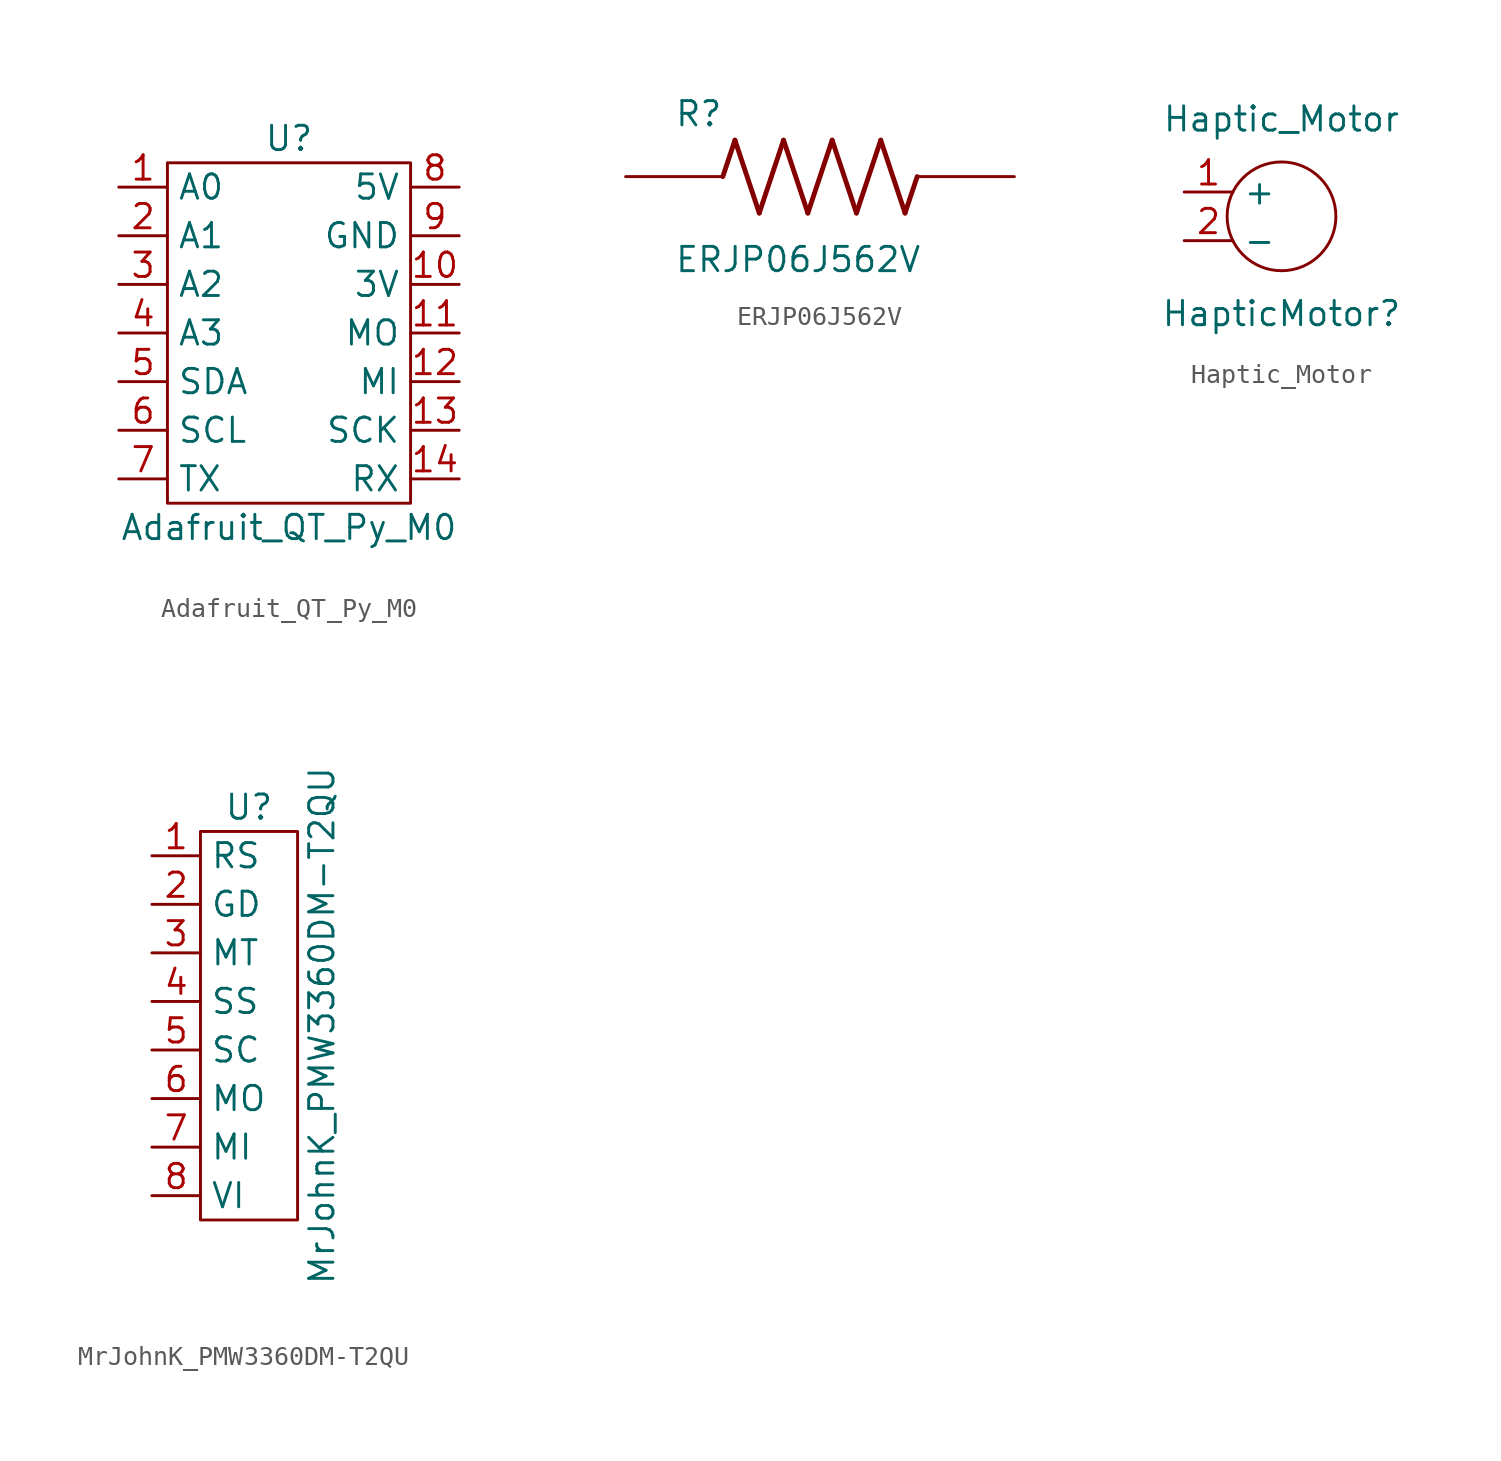
<source format=kicad_sym>
(kicad_symbol_lib
  (version 20211014)
  (generator kicad_symbol_editor)
  (symbol "Adafruit_QT_Py_M0"
    (property "Reference" "U"
      (at 0 10.16 0)
      (effects (font (size 1.27 1.27))))
    (property "Value" "Adafruit_QT_Py_M0"
      (at 0 -10.16 0)
      (effects (font (size 1.27 1.27))))
    (symbol "Adafruit_QT_Py_M0_0_1"
      (rectangle (start -6.35 8.89) (end 6.35 -8.89) (stroke (width 0) (type default) (color 0 0 0 0)) (fill (type none))))
    (symbol "Adafruit_QT_Py_M0_1_1"
      (pin input line (at -8.89 7.62 0) (length 2.54) (name "A0" (effects (font (size 1.27 1.27)))) (number "1" (effects (font (size 1.27 1.27)))))
      (pin power_out line (at 8.89 2.54 180) (length 2.54) (name "3V" (effects (font (size 1.27 1.27)))) (number "10" (effects (font (size 1.27 1.27)))))
      (pin input line (at 8.89 0 180) (length 2.54) (name "MO" (effects (font (size 1.27 1.27)))) (number "11" (effects (font (size 1.27 1.27)))))
      (pin input line (at 8.89 -2.54 180) (length 2.54) (name "MI" (effects (font (size 1.27 1.27)))) (number "12" (effects (font (size 1.27 1.27)))))
      (pin input line (at 8.89 -5.08 180) (length 2.54) (name "SCK" (effects (font (size 1.27 1.27)))) (number "13" (effects (font (size 1.27 1.27)))))
      (pin input line (at 8.89 -7.62 180) (length 2.54) (name "RX" (effects (font (size 1.27 1.27)))) (number "14" (effects (font (size 1.27 1.27)))))
      (pin input line (at -8.89 5.08 0) (length 2.54) (name "A1" (effects (font (size 1.27 1.27)))) (number "2" (effects (font (size 1.27 1.27)))))
      (pin input line (at -8.89 2.54 0) (length 2.54) (name "A2" (effects (font (size 1.27 1.27)))) (number "3" (effects (font (size 1.27 1.27)))))
      (pin input line (at -8.89 0 0) (length 2.54) (name "A3" (effects (font (size 1.27 1.27)))) (number "4" (effects (font (size 1.27 1.27)))))
      (pin input line (at -8.89 -2.54 0) (length 2.54) (name "SDA" (effects (font (size 1.27 1.27)))) (number "5" (effects (font (size 1.27 1.27)))))
      (pin input line (at -8.89 -5.08 0) (length 2.54) (name "SCL" (effects (font (size 1.27 1.27)))) (number "6" (effects (font (size 1.27 1.27)))))
      (pin input line (at -8.89 -7.62 0) (length 2.54) (name "TX" (effects (font (size 1.27 1.27)))) (number "7" (effects (font (size 1.27 1.27)))))
      (pin power_out line (at 8.89 7.62 180) (length 2.54) (name "5V" (effects (font (size 1.27 1.27)))) (number "8" (effects (font (size 1.27 1.27)))))
      (pin input line (at 8.89 5.08 180) (length 2.54) (name "GND" (effects (font (size 1.27 1.27)))) (number "9" (effects (font (size 1.27 1.27)))))))
  (symbol "ERJP06J562V"
    (pin_numbers hide)
    (pin_names
      (offset 1.016) hide)
    (property "Reference" "R"
      (at -7.62 2.54 0)
      (effects (font (size 1.27 1.27)) (justify left bottom)))
    (property "Value" "ERJP06J562V"
      (at -7.62 -5.08 0)
      (effects (font (size 1.27 1.27)) (justify left bottom)))
    (property "ki_locked" ""
      (at 0 0 0)
      (effects (font (size 1.27 1.27))))
    (symbol "ERJP06J562V_0_0"
      (polyline (pts (xy -5.08 0) (xy -4.445 1.905)) (stroke (width 0.254) (type default) (color 0 0 0 0)) (fill (type none)))
      (polyline (pts (xy -4.445 1.905) (xy -3.175 -1.905)) (stroke (width 0.254) (type default) (color 0 0 0 0)) (fill (type none)))
      (polyline (pts (xy -3.175 -1.905) (xy -1.905 1.905)) (stroke (width 0.254) (type default) (color 0 0 0 0)) (fill (type none)))
      (polyline (pts (xy -1.905 1.905) (xy -0.635 -1.905)) (stroke (width 0.254) (type default) (color 0 0 0 0)) (fill (type none)))
      (polyline (pts (xy -0.635 -1.905) (xy 0.635 1.905)) (stroke (width 0.254) (type default) (color 0 0 0 0)) (fill (type none)))
      (polyline (pts (xy 0.635 1.905) (xy 1.905 -1.905)) (stroke (width 0.254) (type default) (color 0 0 0 0)) (fill (type none)))
      (polyline (pts (xy 1.905 -1.905) (xy 3.175 1.905)) (stroke (width 0.254) (type default) (color 0 0 0 0)) (fill (type none)))
      (polyline (pts (xy 3.175 1.905) (xy 4.445 -1.905)) (stroke (width 0.254) (type default) (color 0 0 0 0)) (fill (type none)))
      (polyline (pts (xy 4.445 -1.905) (xy 5.08 0)) (stroke (width 0.254) (type default) (color 0 0 0 0)) (fill (type none)))
      (pin passive line (at -10.16 0 0) (length 5.08) (name "~" (effects (font (size 1.016 1.016)))) (number "1" (effects (font (size 1.016 1.016)))))
      (pin passive line (at 10.16 0 180) (length 5.08) (name "~" (effects (font (size 1.016 1.016)))) (number "2" (effects (font (size 1.016 1.016)))))))
  (symbol "Haptic_Motor"
    (property "Reference" "HapticMotor"
      (at 0 -5.08 0)
      (effects (font (size 1.27 1.27))))
    (property "Value" "Haptic_Motor"
      (at 0 5.08 0)
      (effects (font (size 1.27 1.27))))
    (symbol "Haptic_Motor_0_1"
      (circle (center 0 0) (radius 2.84) (stroke (width 0) (type default) (color 0 0 0 0)) (fill (type none))))
    (symbol "Haptic_Motor_1_1"
      (pin power_in line (at -5.08 1.27 0) (length 2.54) (name "+" (effects (font (size 1.27 1.27)))) (number "1" (effects (font (size 1.27 1.27)))))
      (pin input line (at -5.08 -1.27 0) (length 2.54) (name "-" (effects (font (size 1.27 1.27)))) (number "2" (effects (font (size 1.27 1.27)))))))
  (symbol "MrJohnK_PMW3360DM-T2QU"
    (property "Reference" "U"
      (at 0 11.43 0)
      (effects (font (size 1.27 1.27))))
    (property "Value" "MrJohnK_PMW3360DM-T2QU"
      (at 3.81 0 90)
      (effects (font (size 1.27 1.27))))
    (symbol "MrJohnK_PMW3360DM-T2QU_0_1"
      (rectangle (start -2.54 10.16) (end 2.54 -10.16) (stroke (width 0) (type default) (color 0 0 0 0)) (fill (type none))))
    (symbol "MrJohnK_PMW3360DM-T2QU_1_1"
      (pin input line (at -5.08 8.89 0) (length 2.54) (name "RS" (effects (font (size 1.27 1.27)))) (number "1" (effects (font (size 1.27 1.27)))))
      (pin input line (at -5.08 6.35 0) (length 2.54) (name "GD" (effects (font (size 1.27 1.27)))) (number "2" (effects (font (size 1.27 1.27)))))
      (pin input line (at -5.08 3.81 0) (length 2.54) (name "MT" (effects (font (size 1.27 1.27)))) (number "3" (effects (font (size 1.27 1.27)))))
      (pin input line (at -5.08 1.27 0) (length 2.54) (name "SS" (effects (font (size 1.27 1.27)))) (number "4" (effects (font (size 1.27 1.27)))))
      (pin input line (at -5.08 -1.27 0) (length 2.54) (name "SC" (effects (font (size 1.27 1.27)))) (number "5" (effects (font (size 1.27 1.27)))))
      (pin input line (at -5.08 -3.81 0) (length 2.54) (name "MO" (effects (font (size 1.27 1.27)))) (number "6" (effects (font (size 1.27 1.27)))))
      (pin input line (at -5.08 -6.35 0) (length 2.54) (name "MI" (effects (font (size 1.27 1.27)))) (number "7" (effects (font (size 1.27 1.27)))))
      (pin power_in line (at -5.08 -8.89 0) (length 2.54) (name "VI" (effects (font (size 1.27 1.27)))) (number "8" (effects (font (size 1.27 1.27))))))))
</source>
